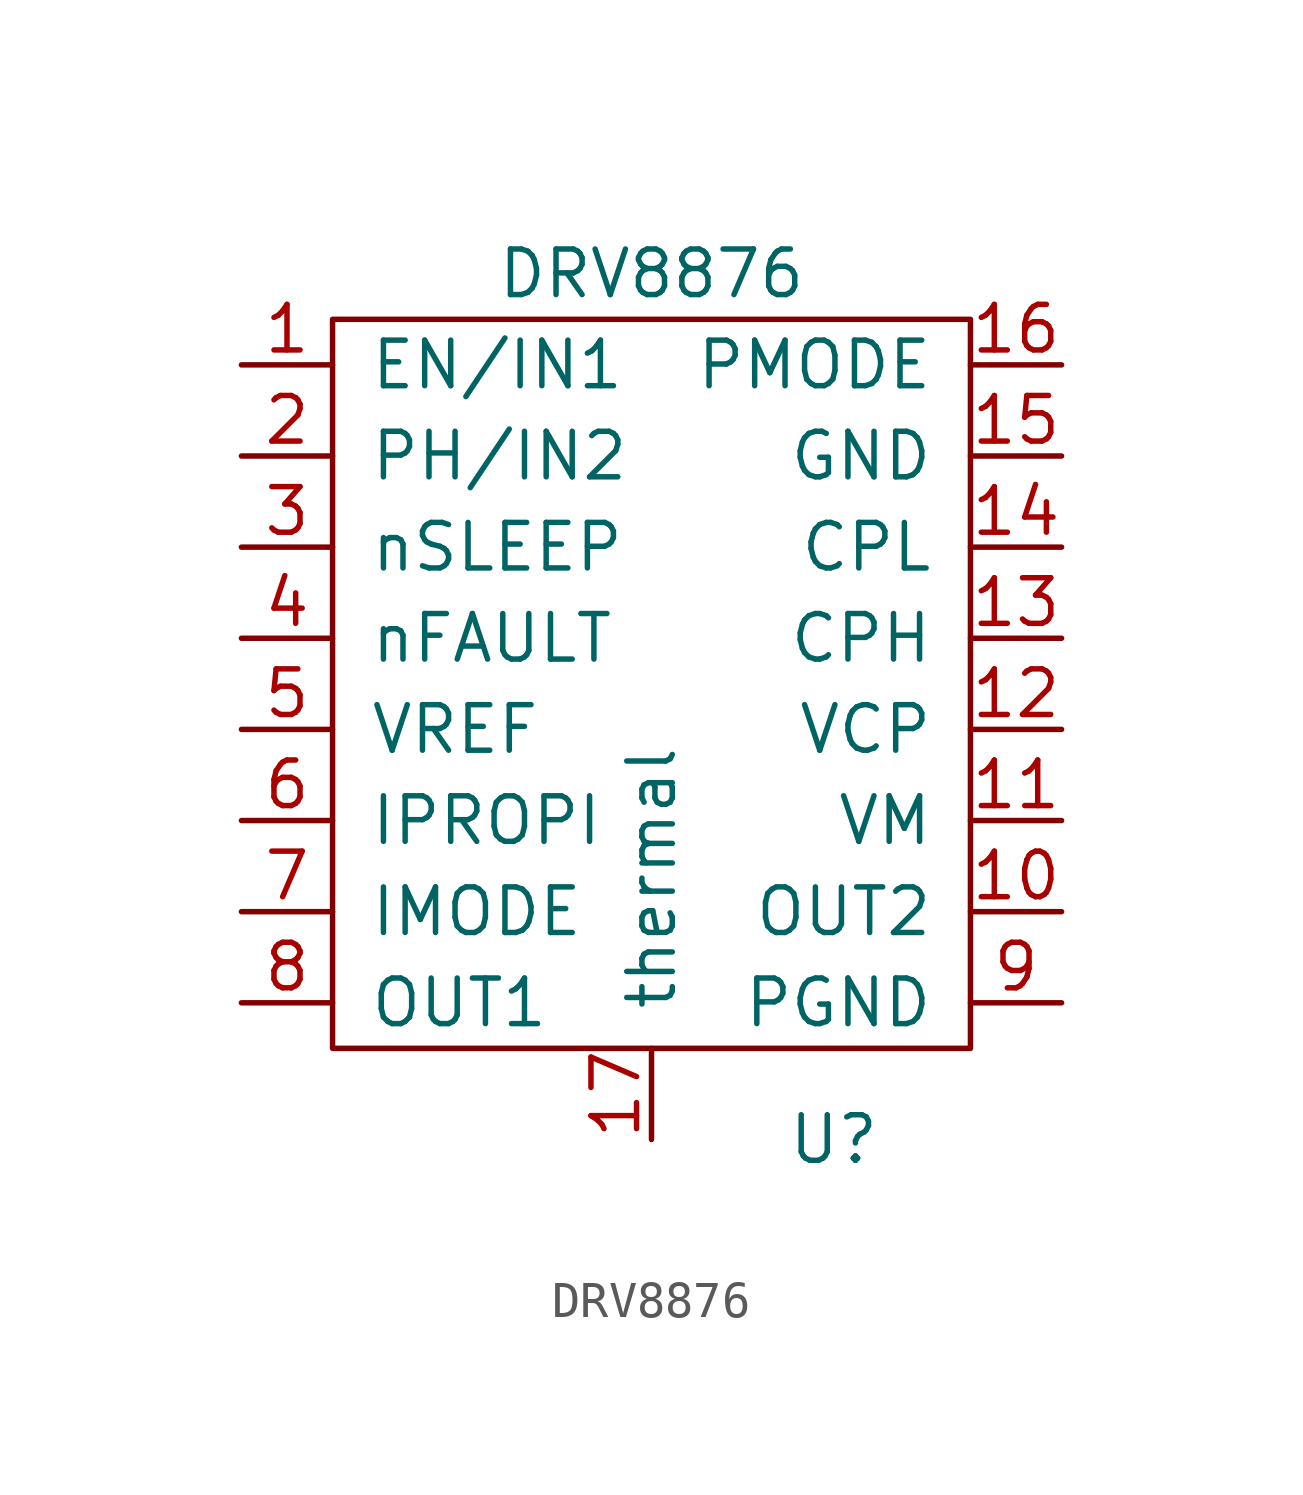
<source format=kicad_sym>
(kicad_symbol_lib
  (version 20211014)
  (generator kicad_symbol_editor)
  (symbol "DRV8876"
    (pin_names
      (offset 1.016))
    (property "Reference" "U"
      (at 5.08 -20.32 0)
      (effects (font (size 1.27 1.27))))
    (property "Value" "DRV8876"
      (at 0 3.81 0)
      (effects (font (size 1.27 1.27))))
    (symbol "DRV8876_0_1"
      (rectangle (start -8.89 2.54) (end 8.89 -17.78) (stroke (width 0) (type default) (color 0 0 0 0)) (fill (type none))))
    (symbol "DRV8876_1_1"
      (pin input line (at -11.43 1.27 0) (length 2.54) (name "EN/IN1" (effects (font (size 1.27 1.27)))) (number "1" (effects (font (size 1.27 1.27)))))
      (pin input line (at 11.43 -13.97 180) (length 2.54) (name "OUT2" (effects (font (size 1.27 1.27)))) (number "10" (effects (font (size 1.27 1.27)))))
      (pin input line (at 11.43 -11.43 180) (length 2.54) (name "VM" (effects (font (size 1.27 1.27)))) (number "11" (effects (font (size 1.27 1.27)))))
      (pin input line (at 11.43 -8.89 180) (length 2.54) (name "VCP" (effects (font (size 1.27 1.27)))) (number "12" (effects (font (size 1.27 1.27)))))
      (pin input line (at 11.43 -6.35 180) (length 2.54) (name "CPH" (effects (font (size 1.27 1.27)))) (number "13" (effects (font (size 1.27 1.27)))))
      (pin input line (at 11.43 -3.81 180) (length 2.54) (name "CPL" (effects (font (size 1.27 1.27)))) (number "14" (effects (font (size 1.27 1.27)))))
      (pin input line (at 11.43 -1.27 180) (length 2.54) (name "GND" (effects (font (size 1.27 1.27)))) (number "15" (effects (font (size 1.27 1.27)))))
      (pin input line (at 11.43 1.27 180) (length 2.54) (name "PMODE" (effects (font (size 1.27 1.27)))) (number "16" (effects (font (size 1.27 1.27)))))
      (pin input line (at 0 -20.32 90) (length 2.54) (name "thermal" (effects (font (size 1.27 1.27)))) (number "17" (effects (font (size 1.27 1.27)))))
      (pin input line (at -11.43 -1.27 0) (length 2.54) (name "PH/IN2" (effects (font (size 1.27 1.27)))) (number "2" (effects (font (size 1.27 1.27)))))
      (pin input line (at -11.43 -3.81 0) (length 2.54) (name "nSLEEP" (effects (font (size 1.27 1.27)))) (number "3" (effects (font (size 1.27 1.27)))))
      (pin input line (at -11.43 -6.35 0) (length 2.54) (name "nFAULT" (effects (font (size 1.27 1.27)))) (number "4" (effects (font (size 1.27 1.27)))))
      (pin input line (at -11.43 -8.89 0) (length 2.54) (name "VREF" (effects (font (size 1.27 1.27)))) (number "5" (effects (font (size 1.27 1.27)))))
      (pin input line (at -11.43 -11.43 0) (length 2.54) (name "IPROPI" (effects (font (size 1.27 1.27)))) (number "6" (effects (font (size 1.27 1.27)))))
      (pin input line (at -11.43 -13.97 0) (length 2.54) (name "IMODE" (effects (font (size 1.27 1.27)))) (number "7" (effects (font (size 1.27 1.27)))))
      (pin input line (at -11.43 -16.51 0) (length 2.54) (name "OUT1" (effects (font (size 1.27 1.27)))) (number "8" (effects (font (size 1.27 1.27)))))
      (pin input line (at 11.43 -16.51 180) (length 2.54) (name "PGND" (effects (font (size 1.27 1.27)))) (number "9" (effects (font (size 1.27 1.27))))))))
</source>
